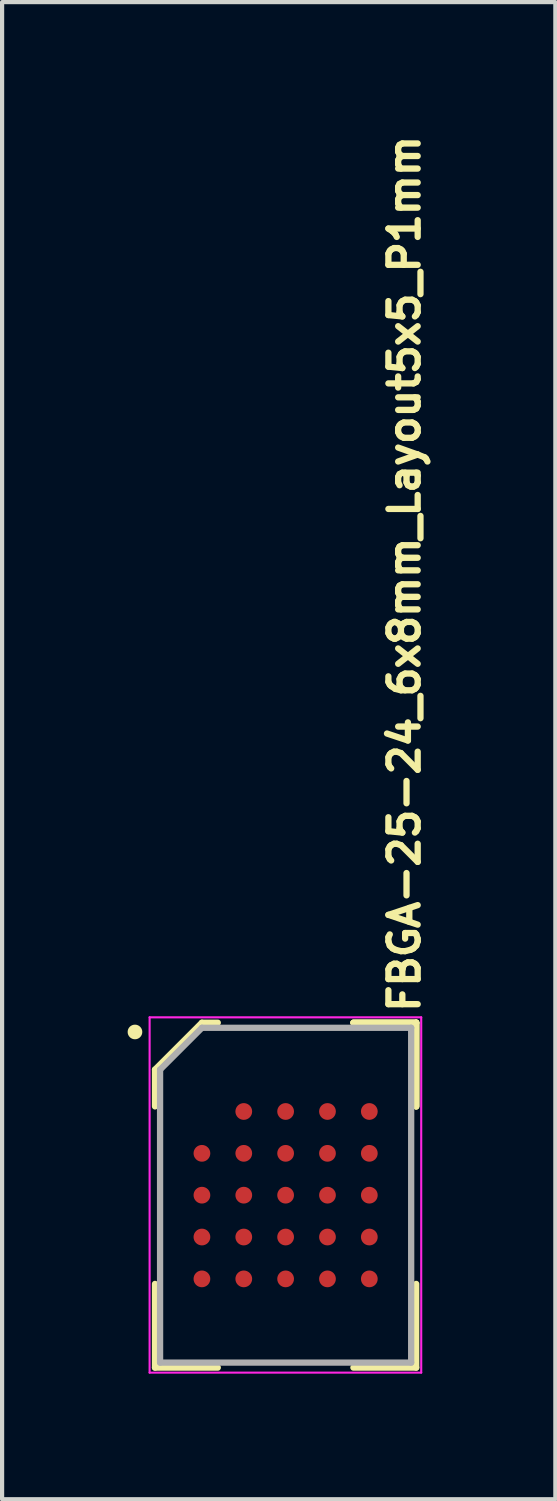
<source format=kicad_pcb>
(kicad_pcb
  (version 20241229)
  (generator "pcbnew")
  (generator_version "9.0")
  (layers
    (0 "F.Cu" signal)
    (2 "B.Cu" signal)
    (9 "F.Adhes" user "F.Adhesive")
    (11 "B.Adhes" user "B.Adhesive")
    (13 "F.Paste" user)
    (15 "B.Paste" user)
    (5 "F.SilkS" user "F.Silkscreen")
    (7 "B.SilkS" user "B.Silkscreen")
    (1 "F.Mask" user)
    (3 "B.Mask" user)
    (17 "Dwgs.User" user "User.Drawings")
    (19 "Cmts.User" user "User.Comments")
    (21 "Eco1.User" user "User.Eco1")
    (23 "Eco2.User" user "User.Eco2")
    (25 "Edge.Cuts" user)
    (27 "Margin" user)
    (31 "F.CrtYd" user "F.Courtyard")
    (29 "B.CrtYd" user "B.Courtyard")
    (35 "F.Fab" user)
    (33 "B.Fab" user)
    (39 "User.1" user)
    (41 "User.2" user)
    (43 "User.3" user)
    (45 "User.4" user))
  (footprint "FBGA-25-24_6x8mm_Layout5x5_P1mm"
    (layer "F.Cu")
    (at 3.775 25.509)
    (property "Reference" "FBGA-25-24_6x8mm_Layout5x5_P1mm" (at 3.249 -4.299 90) (layer "F.SilkS") (effects (font (size 0.7 0.7) (thickness 0.15)) (justify left bottom)))
    (attr smd)
    (fp_line (start -3.121 -3) (end -3.121 -2.121) (stroke (width 0.15) (type solid)) (layer "F.SilkS"))
    (fp_line (start -3.121 4.12) (end -3.121 2.12) (stroke (width 0.15) (type solid)) (layer "F.SilkS"))
    (fp_line (start -2 -4.121) (end -3.121 -3) (stroke (width 0.15) (type solid)) (layer "F.SilkS"))
    (fp_line (start -1.621 -4.121) (end -2 -4.121) (stroke (width 0.15) (type solid)) (layer "F.SilkS"))
    (fp_line (start -1.621 4.12) (end -3.121 4.12) (stroke (width 0.15) (type solid)) (layer "F.SilkS"))
    (fp_line (start 1.62 -4.121) (end 3.12 -4.121) (stroke (width 0.15) (type solid)) (layer "F.SilkS"))
    (fp_line (start 1.62 -4.121) (end 3.12 -4.121) (stroke (width 0.15) (type solid)) (layer "F.SilkS"))
    (fp_line (start 1.62 -4.121) (end 3.12 -4.121) (stroke (width 0.15) (type solid)) (layer "F.SilkS"))
    (fp_line (start 1.62 4.12) (end 3.12 4.12) (stroke (width 0.15) (type solid)) (layer "F.SilkS"))
    (fp_line (start 3.12 -4.121) (end 3.12 -2.121) (stroke (width 0.15) (type solid)) (layer "F.SilkS"))
    (fp_line (start 3.12 -4.121) (end 3.12 -2.121) (stroke (width 0.15) (type solid)) (layer "F.SilkS"))
    (fp_line (start 3.12 -4.121) (end 3.12 -2.121) (stroke (width 0.15) (type solid)) (layer "F.SilkS"))
    (fp_line (start 3.12 4.12) (end 3.12 2.12) (stroke (width 0.15) (type solid)) (layer "F.SilkS"))
    (fp_circle (center -3.6 -3.9) (end -3.5 -3.9) (stroke (width 0.15) (type solid)) (fill yes) (layer "F.SilkS"))
    (fp_line (start -3.25 -4.25) (end 3.24 -4.25) (stroke (width 0.05) (type solid)) (layer "F.CrtYd"))
    (fp_line (start -3.25 4.24) (end -3.25 -4.25) (stroke (width 0.05) (type solid)) (layer "F.CrtYd"))
    (fp_line (start 3.24 -4.25) (end 3.24 4.24) (stroke (width 0.05) (type solid)) (layer "F.CrtYd"))
    (fp_line (start 3.24 4.24) (end -3.25 4.24) (stroke (width 0.05) (type solid)) (layer "F.CrtYd"))
    (fp_line (start -3 -3) (end -3 4) (stroke (width 0.15) (type solid)) (layer "F.Fab"))
    (fp_line (start -3 4) (end 3 4) (stroke (width 0.15) (type solid)) (layer "F.Fab"))
    (fp_line (start -2 -4) (end -3 -3) (stroke (width 0.15) (type solid)) (layer "F.Fab"))
    (fp_line (start 3 -4) (end -2 -4) (stroke (width 0.15) (type solid)) (layer "F.Fab"))
    (fp_line (start 3 4) (end 3 -4) (stroke (width 0.15) (type solid)) (layer "F.Fab"))
    (fp_rect (start -3 -4) (end 3 4) (stroke (width 0.1) (type solid)) (fill no) (layer "User.5"))
    (fp_line (start -3 -4) (end -3 4) (stroke (width 0.02) (type solid)) (layer "User.9"))
    (fp_line (start -3 4) (end 3 4) (stroke (width 0.02) (type solid)) (layer "User.9"))
    (fp_line (start -2.099 -2.919) (end -2.099 -2.913) (stroke (width 0.02) (type solid)) (layer "User.9"))
    (fp_line (start -2.099 -2.913) (end -2.099 -2.906) (stroke (width 0.02) (type solid)) (layer "User.9"))
    (fp_line (start -2.099 -2.906) (end -2.099 -2.9) (stroke (width 0.02) (type solid)) (layer "User.9"))
    (fp_line (start -2.099 -2.9) (end -2.099 -2.886) (stroke (width 0.02) (type solid)) (layer "User.9"))
    (fp_line (start -2.099 -2.886) (end -2.098 -2.873) (stroke (width 0.02) (type solid)) (layer "User.9"))
    (fp_line (start -2.098 -2.926) (end -2.099 -2.919) (stroke (width 0.02) (type solid)) (layer "User.9"))
    (fp_line (start -2.098 -2.873) (end -2.096 -2.86) (stroke (width 0.02) (type solid)) (layer "User.9"))
    (fp_line (start -2.097 -2.933) (end -2.098 -2.926) (stroke (width 0.02) (type solid)) (layer "User.9"))
    (fp_line (start -2.096 -2.939) (end -2.097 -2.933) (stroke (width 0.02) (type solid)) (layer "User.9"))
    (fp_line (start -2.096 -2.86) (end -2.093 -2.847) (stroke (width 0.02) (type solid)) (layer "User.9"))
    (fp_line (start -2.095 -2.913) (end -2.095 -2.906) (stroke (width 0.02) (type solid)) (layer "User.9"))
    (fp_line (start -2.095 -2.906) (end -2.095 -2.9) (stroke (width 0.02) (type solid)) (layer "User.9"))
    (fp_line (start -2.095 -2.9) (end -2.095 -2.886) (stroke (width 0.02) (type solid)) (layer "User.9"))
    (fp_line (start -2.095 -2.886) (end -2.093 -2.874) (stroke (width 0.02) (type solid)) (layer "User.9"))
    (fp_line (start -2.094 -2.945) (end -2.096 -2.939) (stroke (width 0.02) (type solid)) (layer "User.9"))
    (fp_line (start -2.094 -2.919) (end -2.095 -2.913) (stroke (width 0.02) (type solid)) (layer "User.9"))
    (fp_line (start -2.093 -2.952) (end -2.094 -2.945) (stroke (width 0.02) (type solid)) (layer "User.9"))
    (fp_line (start -2.093 -2.925) (end -2.094 -2.919) (stroke (width 0.02) (type solid)) (layer "User.9"))
    (fp_line (start -2.093 -2.874) (end -2.091 -2.861) (stroke (width 0.02) (type solid)) (layer "User.9"))
    (fp_line (start -2.093 -2.847) (end -2.089 -2.835) (stroke (width 0.02) (type solid)) (layer "User.9"))
    (fp_line (start -2.092 -2.932) (end -2.093 -2.925) (stroke (width 0.02) (type solid)) (layer "User.9"))
    (fp_line (start -2.091 -2.958) (end -2.093 -2.952) (stroke (width 0.02) (type solid)) (layer "User.9"))
    (fp_line (start -2.091 -2.938) (end -2.092 -2.932) (stroke (width 0.02) (type solid)) (layer "User.9"))
    (fp_line (start -2.091 -2.861) (end -2.088 -2.848) (stroke (width 0.02) (type solid)) (layer "User.9"))
    (fp_line (start -2.09 -2.944) (end -2.091 -2.938) (stroke (width 0.02) (type solid)) (layer "User.9"))
    (fp_line (start -2.089 -2.964) (end -2.091 -2.958) (stroke (width 0.02) (type solid)) (layer "User.9"))
    (fp_line (start -2.089 -2.835) (end -2.084 -2.823) (stroke (width 0.02) (type solid)) (layer "User.9"))
    (fp_line (start -2.088 -2.951) (end -2.09 -2.944) (stroke (width 0.02) (type solid)) (layer "User.9"))
    (fp_line (start -2.088 -2.848) (end -2.085 -2.836) (stroke (width 0.02) (type solid)) (layer "User.9"))
    (fp_line (start -2.087 -2.97) (end -2.089 -2.964) (stroke (width 0.02) (type solid)) (layer "User.9"))
    (fp_line (start -2.087 -2.957) (end -2.088 -2.951) (stroke (width 0.02) (type solid)) (layer "User.9"))
    (fp_line (start -2.085 -2.963) (end -2.087 -2.957) (stroke (width 0.02) (type solid)) (layer "User.9"))
    (fp_line (start -2.085 -2.836) (end -2.08 -2.824) (stroke (width 0.02) (type solid)) (layer "User.9"))
    (fp_line (start -2.084 -2.976) (end -2.087 -2.97) (stroke (width 0.02) (type solid)) (layer "User.9"))
    (fp_line (start -2.084 -2.823) (end -2.079 -2.811) (stroke (width 0.02) (type solid)) (layer "User.9"))
    (fp_line (start -2.082 -2.982) (end -2.084 -2.976) (stroke (width 0.02) (type solid)) (layer "User.9"))
    (fp_line (start -2.082 -2.969) (end -2.085 -2.963) (stroke (width 0.02) (type solid)) (layer "User.9"))
    (fp_line (start -2.08 -2.975) (end -2.082 -2.969) (stroke (width 0.02) (type solid)) (layer "User.9"))
    (fp_line (start -2.08 -2.824) (end -2.075 -2.813) (stroke (width 0.02) (type solid)) (layer "User.9"))
    (fp_line (start -2.079 -2.988) (end -2.082 -2.982) (stroke (width 0.02) (type solid)) (layer "User.9"))
    (fp_line (start -2.079 -2.811) (end -2.073 -2.799) (stroke (width 0.02) (type solid)) (layer "User.9"))
    (fp_line (start -2.078 -2.98) (end -2.08 -2.975) (stroke (width 0.02) (type solid)) (layer "User.9"))
    (fp_line (start -2.076 -2.994) (end -2.079 -2.988) (stroke (width 0.02) (type solid)) (layer "User.9"))
    (fp_line (start -2.075 -2.986) (end -2.078 -2.98) (stroke (width 0.02) (type solid)) (layer "User.9"))
    (fp_line (start -2.075 -2.813) (end -2.069 -2.802) (stroke (width 0.02) (type solid)) (layer "User.9"))
    (fp_line (start -2.073 -3) (end -2.076 -2.994) (stroke (width 0.02) (type solid)) (layer "User.9"))
    (fp_line (start -2.073 -2.799) (end -2.066 -2.789) (stroke (width 0.02) (type solid)) (layer "User.9"))
    (fp_line (start -2.072 -2.992) (end -2.075 -2.986) (stroke (width 0.02) (type solid)) (layer "User.9"))
    (fp_line (start -2.069 -3.005) (end -2.073 -3) (stroke (width 0.02) (type solid)) (layer "User.9"))
    (fp_line (start -2.069 -2.997) (end -2.072 -2.992) (stroke (width 0.02) (type solid)) (layer "User.9"))
    (fp_line (start -2.069 -2.802) (end -2.062 -2.791) (stroke (width 0.02) (type solid)) (layer "User.9"))
    (fp_line (start -2.066 -3.01) (end -2.069 -3.005) (stroke (width 0.02) (type solid)) (layer "User.9"))
    (fp_line (start -2.066 -3.003) (end -2.069 -2.997) (stroke (width 0.02) (type solid)) (layer "User.9"))
    (fp_line (start -2.066 -2.789) (end -2.058 -2.778) (stroke (width 0.02) (type solid)) (layer "User.9"))
    (fp_line (start -2.062 -3.016) (end -2.066 -3.01) (stroke (width 0.02) (type solid)) (layer "User.9"))
    (fp_line (start -2.062 -3.008) (end -2.066 -3.003) (stroke (width 0.02) (type solid)) (layer "User.9"))
    (fp_line (start -2.062 -2.791) (end -2.055 -2.781) (stroke (width 0.02) (type solid)) (layer "User.9"))
    (fp_line (start -2.059 -3.013) (end -2.062 -3.008) (stroke (width 0.02) (type solid)) (layer "User.9"))
    (fp_line (start -2.058 -3.021) (end -2.062 -3.016) (stroke (width 0.02) (type solid)) (layer "User.9"))
    (fp_line (start -2.058 -2.778) (end -2.05 -2.768) (stroke (width 0.02) (type solid)) (layer "User.9"))
    (fp_line (start -2.055 -3.018) (end -2.059 -3.013) (stroke (width 0.02) (type solid)) (layer "User.9"))
    (fp_line (start -2.055 -2.781) (end -2.047 -2.771) (stroke (width 0.02) (type solid)) (layer "User.9"))
    (fp_line (start -2.054 -3.026) (end -2.058 -3.021) (stroke (width 0.02) (type solid)) (layer "User.9"))
    (fp_line (start -2.051 -3.023) (end -2.055 -3.018) (stroke (width 0.02) (type solid)) (layer "User.9"))
    (fp_line (start -2.05 -3.031) (end -2.054 -3.026) (stroke (width 0.02) (type solid)) (layer "User.9"))
    (fp_line (start -2.05 -2.768) (end -2.041 -2.758) (stroke (width 0.02) (type solid)) (layer "User.9"))
    (fp_line (start -2.047 -3.028) (end -2.051 -3.023) (stroke (width 0.02) (type solid)) (layer "User.9"))
    (fp_line (start -2.047 -2.771) (end -2.038 -2.761) (stroke (width 0.02) (type solid)) (layer "User.9"))
    (fp_line (start -2.046 -3.036) (end -2.05 -3.031) (stroke (width 0.02) (type solid)) (layer "User.9"))
    (fp_line (start -2.043 -3.033) (end -2.047 -3.028) (stroke (width 0.02) (type solid)) (layer "User.9"))
    (fp_line (start -2.041 -3.041) (end -2.046 -3.036) (stroke (width 0.02) (type solid)) (layer "User.9"))
    (fp_line (start -2.041 -2.758) (end -2.032 -2.749) (stroke (width 0.02) (type solid)) (layer "User.9"))
    (fp_line (start -2.038 -3.038) (end -2.043 -3.033) (stroke (width 0.02) (type solid)) (layer "User.9"))
    (fp_line (start -2.038 -2.761) (end -2.029 -2.753) (stroke (width 0.02) (type solid)) (layer "User.9"))
    (fp_line (start -2.037 -3.045) (end -2.041 -3.041) (stroke (width 0.02) (type solid)) (layer "User.9"))
    (fp_line (start -2.034 -3.042) (end -2.038 -3.038) (stroke (width 0.02) (type solid)) (layer "User.9"))
    (fp_line (start -2.032 -3.05) (end -2.037 -3.045) (stroke (width 0.02) (type solid)) (layer "User.9"))
    (fp_line (start -2.032 -2.749) (end -2.022 -2.741) (stroke (width 0.02) (type solid)) (layer "User.9"))
    (fp_line (start -2.029 -3.046) (end -2.034 -3.042) (stroke (width 0.02) (type solid)) (layer "User.9"))
    (fp_line (start -2.029 -2.753) (end -2.019 -2.745) (stroke (width 0.02) (type solid)) (layer "User.9"))
    (fp_line (start -2.027 -3.054) (end -2.032 -3.05) (stroke (width 0.02) (type solid)) (layer "User.9"))
    (fp_line (start -2.024 -3.05) (end -2.029 -3.046) (stroke (width 0.02) (type solid)) (layer "User.9"))
    (fp_line (start -2.022 -3.058) (end -2.027 -3.054) (stroke (width 0.02) (type solid)) (layer "User.9"))
    (fp_line (start -2.022 -2.741) (end -2.011 -2.733) (stroke (width 0.02) (type solid)) (layer "User.9"))
    (fp_line (start -2.019 -3.054) (end -2.024 -3.05) (stroke (width 0.02) (type solid)) (layer "User.9"))
    (fp_line (start -2.019 -2.745) (end -2.008 -2.737) (stroke (width 0.02) (type solid)) (layer "User.9"))
    (fp_line (start -2.016 -3.062) (end -2.022 -3.058) (stroke (width 0.02) (type solid)) (layer "User.9"))
    (fp_line (start -2.014 -3.058) (end -2.019 -3.054) (stroke (width 0.02) (type solid)) (layer "User.9"))
    (fp_line (start -2.011 -3.066) (end -2.016 -3.062) (stroke (width 0.02) (type solid)) (layer "User.9"))
    (fp_line (start -2.011 -2.733) (end -2 -2.726) (stroke (width 0.02) (type solid)) (layer "User.9"))
    (fp_line (start -2.008 -3.062) (end -2.014 -3.058) (stroke (width 0.02) (type solid)) (layer "User.9"))
    (fp_line (start -2.008 -2.737) (end -1.997 -2.73) (stroke (width 0.02) (type solid)) (layer "User.9"))
    (fp_line (start -2.005 -3.069) (end -2.011 -3.066) (stroke (width 0.02) (type solid)) (layer "User.9"))
    (fp_line (start -2.003 -3.066) (end -2.008 -3.062) (stroke (width 0.02) (type solid)) (layer "User.9"))
    (fp_line (start -2 -3.073) (end -2.005 -3.069) (stroke (width 0.02) (type solid)) (layer "User.9"))
    (fp_line (start -2 -3.073) (end -2 -3.073) (stroke (width 0.02) (type solid)) (layer "User.9"))
    (fp_line (start -2 -2.726) (end -2 -2.726) (stroke (width 0.02) (type solid)) (layer "User.9"))
    (fp_line (start -2 -2.726) (end -1.988 -2.72) (stroke (width 0.02) (type solid)) (layer "User.9"))
    (fp_line (start -1.997 -3.069) (end -2.003 -3.066) (stroke (width 0.02) (type solid)) (layer "User.9"))
    (fp_line (start -1.997 -3.069) (end -1.997 -3.069) (stroke (width 0.02) (type solid)) (layer "User.9"))
    (fp_line (start -1.997 -2.73) (end -1.997 -2.73) (stroke (width 0.02) (type solid)) (layer "User.9"))
    (fp_line (start -1.997 -2.73) (end -1.986 -2.724) (stroke (width 0.02) (type solid)) (layer "User.9"))
    (fp_line (start -1.988 -3.079) (end -2 -3.073) (stroke (width 0.02) (type solid)) (layer "User.9"))
    (fp_line (start -1.988 -2.72) (end -1.976 -2.715) (stroke (width 0.02) (type solid)) (layer "User.9"))
    (fp_line (start -1.986 -3.075) (end -1.997 -3.069) (stroke (width 0.02) (type solid)) (layer "User.9"))
    (fp_line (start -1.986 -2.724) (end -1.974 -2.719) (stroke (width 0.02) (type solid)) (layer "User.9"))
    (fp_line (start -1.976 -3.084) (end -1.988 -3.079) (stroke (width 0.02) (type solid)) (layer "User.9"))
    (fp_line (start -1.976 -2.715) (end -1.963 -2.71) (stroke (width 0.02) (type solid)) (layer "User.9"))
    (fp_line (start -1.974 -3.08) (end -1.986 -3.075) (stroke (width 0.02) (type solid)) (layer "User.9"))
    (fp_line (start -1.974 -2.719) (end -1.962 -2.714) (stroke (width 0.02) (type solid)) (layer "User.9"))
    (fp_line (start -1.963 -3.089) (end -1.976 -3.084) (stroke (width 0.02) (type solid)) (layer "User.9"))
    (fp_line (start -1.963 -2.71) (end -1.951 -2.706) (stroke (width 0.02) (type solid)) (layer "User.9"))
    (fp_line (start -1.962 -3.085) (end -1.974 -3.08) (stroke (width 0.02) (type solid)) (layer "User.9"))
    (fp_line (start -1.962 -2.714) (end -1.95 -2.71) (stroke (width 0.02) (type solid)) (layer "User.9"))
    (fp_line (start -1.951 -3.093) (end -1.963 -3.089) (stroke (width 0.02) (type solid)) (layer "User.9"))
    (fp_line (start -1.951 -2.706) (end -1.938 -2.703) (stroke (width 0.02) (type solid)) (layer "User.9"))
    (fp_line (start -1.95 -3.089) (end -1.962 -3.085) (stroke (width 0.02) (type solid)) (layer "User.9"))
    (fp_line (start -1.95 -2.71) (end -1.937 -2.708) (stroke (width 0.02) (type solid)) (layer "User.9"))
    (fp_line (start -1.938 -3.096) (end -1.951 -3.093) (stroke (width 0.02) (type solid)) (layer "User.9"))
    (fp_line (start -1.938 -2.703) (end -1.925 -2.701) (stroke (width 0.02) (type solid)) (layer "User.9"))
    (fp_line (start -1.937 -3.091) (end -1.95 -3.089) (stroke (width 0.02) (type solid)) (layer "User.9"))
    (fp_line (start -1.937 -2.708) (end -1.925 -2.706) (stroke (width 0.02) (type solid)) (layer "User.9"))
    (fp_line (start -1.925 -3.098) (end -1.938 -3.096) (stroke (width 0.02) (type solid)) (layer "User.9"))
    (fp_line (start -1.925 -3.093) (end -1.937 -3.091) (stroke (width 0.02) (type solid)) (layer "User.9"))
    (fp_line (start -1.925 -2.706) (end -1.912 -2.704) (stroke (width 0.02) (type solid)) (layer "User.9"))
    (fp_line (start -1.925 -2.701) (end -1.912 -2.7) (stroke (width 0.02) (type solid)) (layer "User.9"))
    (fp_line (start -1.912 -3.099) (end -1.925 -3.098) (stroke (width 0.02) (type solid)) (layer "User.9"))
    (fp_line (start -1.912 -3.095) (end -1.925 -3.093) (stroke (width 0.02) (type solid)) (layer "User.9"))
    (fp_line (start -1.912 -2.704) (end -1.9 -2.704) (stroke (width 0.02) (type solid)) (layer "User.9"))
    (fp_line (start -1.912 -2.7) (end -1.9 -2.699) (stroke (width 0.02) (type solid)) (layer "User.9"))
    (fp_line (start -1.9 -3.1) (end -1.912 -3.099) (stroke (width 0.02) (type solid)) (layer "User.9"))
    (fp_line (start -1.9 -3.095) (end -1.912 -3.095) (stroke (width 0.02) (type solid)) (layer "User.9"))
    (fp_line (start -1.9 -2.704) (end -1.887 -2.704) (stroke (width 0.02) (type solid)) (layer "User.9"))
    (fp_line (start -1.9 -2.699) (end -1.887 -2.7) (stroke (width 0.02) (type solid)) (layer "User.9"))
    (fp_line (start -1.887 -3.099) (end -1.9 -3.1) (stroke (width 0.02) (type solid)) (layer "User.9"))
    (fp_line (start -1.887 -3.095) (end -1.9 -3.095) (stroke (width 0.02) (type solid)) (layer "User.9"))
    (fp_line (start -1.887 -2.704) (end -1.874 -2.706) (stroke (width 0.02) (type solid)) (layer "User.9"))
    (fp_line (start -1.887 -2.7) (end -1.874 -2.701) (stroke (width 0.02) (type solid)) (layer "User.9"))
    (fp_line (start -1.874 -3.098) (end -1.887 -3.099) (stroke (width 0.02) (type solid)) (layer "User.9"))
    (fp_line (start -1.874 -3.093) (end -1.887 -3.095) (stroke (width 0.02) (type solid)) (layer "User.9"))
    (fp_line (start -1.874 -2.706) (end -1.862 -2.708) (stroke (width 0.02) (type solid)) (layer "User.9"))
    (fp_line (start -1.874 -2.701) (end -1.861 -2.703) (stroke (width 0.02) (type solid)) (layer "User.9"))
    (fp_line (start -1.862 -3.091) (end -1.874 -3.093) (stroke (width 0.02) (type solid)) (layer "User.9"))
    (fp_line (start -1.862 -2.708) (end -1.849 -2.71) (stroke (width 0.02) (type solid)) (layer "User.9"))
    (fp_line (start -1.861 -3.096) (end -1.874 -3.098) (stroke (width 0.02) (type solid)) (layer "User.9"))
    (fp_line (start -1.861 -2.703) (end -1.848 -2.706) (stroke (width 0.02) (type solid)) (layer "User.9"))
    (fp_line (start -1.849 -3.089) (end -1.862 -3.091) (stroke (width 0.02) (type solid)) (layer "User.9"))
    (fp_line (start -1.849 -2.71) (end -1.837 -2.714) (stroke (width 0.02) (type solid)) (layer "User.9"))
    (fp_line (start -1.848 -3.093) (end -1.861 -3.096) (stroke (width 0.02) (type solid)) (layer "User.9"))
    (fp_line (start -1.848 -2.706) (end -1.836 -2.71) (stroke (width 0.02) (type solid)) (layer "User.9"))
    (fp_line (start -1.837 -3.085) (end -1.849 -3.089) (stroke (width 0.02) (type solid)) (layer "User.9"))
    (fp_line (start -1.837 -2.714) (end -1.825 -2.719) (stroke (width 0.02) (type solid)) (layer "User.9"))
    (fp_line (start -1.836 -3.089) (end -1.848 -3.093) (stroke (width 0.02) (type solid)) (layer "User.9"))
    (fp_line (start -1.836 -2.71) (end -1.823 -2.715) (stroke (width 0.02) (type solid)) (layer "User.9"))
    (fp_line (start -1.825 -3.08) (end -1.837 -3.085) (stroke (width 0.02) (type solid)) (layer "User.9"))
    (fp_line (start -1.825 -2.719) (end -1.813 -2.724) (stroke (width 0.02) (type solid)) (layer "User.9"))
    (fp_line (start -1.823 -3.084) (end -1.836 -3.089) (stroke (width 0.02) (type solid)) (layer "User.9"))
    (fp_line (start -1.823 -2.715) (end -1.811 -2.72) (stroke (width 0.02) (type solid)) (layer "User.9"))
    (fp_line (start -1.813 -3.075) (end -1.825 -3.08) (stroke (width 0.02) (type solid)) (layer "User.9"))
    (fp_line (start -1.813 -2.724) (end -1.802 -2.73) (stroke (width 0.02) (type solid)) (layer "User.9"))
    (fp_line (start -1.811 -3.079) (end -1.823 -3.084) (stroke (width 0.02) (type solid)) (layer "User.9"))
    (fp_line (start -1.811 -2.72) (end -1.799 -2.726) (stroke (width 0.02) (type solid)) (layer "User.9"))
    (fp_line (start -1.802 -3.069) (end -1.813 -3.075) (stroke (width 0.02) (type solid)) (layer "User.9"))
    (fp_line (start -1.802 -3.069) (end -1.802 -3.069) (stroke (width 0.02) (type solid)) (layer "User.9"))
    (fp_line (start -1.802 -2.73) (end -1.802 -2.73) (stroke (width 0.02) (type solid)) (layer "User.9"))
    (fp_line (start -1.802 -2.73) (end -1.796 -2.733) (stroke (width 0.02) (type solid)) (layer "User.9"))
    (fp_line (start -1.799 -3.073) (end -1.811 -3.079) (stroke (width 0.02) (type solid)) (layer "User.9"))
    (fp_line (start -1.799 -3.073) (end -1.799 -3.073) (stroke (width 0.02) (type solid)) (layer "User.9"))
    (fp_line (start -1.799 -2.726) (end -1.799 -2.726) (stroke (width 0.02) (type solid)) (layer "User.9"))
    (fp_line (start -1.799 -2.726) (end -1.794 -2.73) (stroke (width 0.02) (type solid)) (layer "User.9"))
    (fp_line (start -1.796 -2.733) (end -1.791 -2.737) (stroke (width 0.02) (type solid)) (layer "User.9"))
    (fp_line (start -1.794 -2.73) (end -1.788 -2.733) (stroke (width 0.02) (type solid)) (layer "User.9"))
    (fp_line (start -1.791 -3.062) (end -1.802 -3.069) (stroke (width 0.02) (type solid)) (layer "User.9"))
    (fp_line (start -1.791 -2.737) (end -1.785 -2.741) (stroke (width 0.02) (type solid)) (layer "User.9"))
    (fp_line (start -1.788 -3.066) (end -1.799 -3.073) (stroke (width 0.02) (type solid)) (layer "User.9"))
    (fp_line (start -1.788 -2.733) (end -1.783 -2.737) (stroke (width 0.02) (type solid)) (layer "User.9"))
    (fp_line (start -1.785 -2.741) (end -1.78 -2.745) (stroke (width 0.02) (type solid)) (layer "User.9"))
    (fp_line (start -1.783 -2.737) (end -1.777 -2.741) (stroke (width 0.02) (type solid)) (layer "User.9"))
    (fp_line (start -1.78 -3.054) (end -1.791 -3.062) (stroke (width 0.02) (type solid)) (layer "User.9"))
    (fp_line (start -1.78 -2.745) (end -1.775 -2.749) (stroke (width 0.02) (type solid)) (layer "User.9"))
    (fp_line (start -1.777 -3.058) (end -1.788 -3.066) (stroke (width 0.02) (type solid)) (layer "User.9"))
    (fp_line (start -1.777 -2.741) (end -1.772 -2.745) (stroke (width 0.02) (type solid)) (layer "User.9"))
    (fp_line (start -1.775 -2.749) (end -1.77 -2.753) (stroke (width 0.02) (type solid)) (layer "User.9"))
    (fp_line (start -1.772 -2.745) (end -1.767 -2.749) (stroke (width 0.02) (type solid)) (layer "User.9"))
    (fp_line (start -1.77 -3.046) (end -1.78 -3.054) (stroke (width 0.02) (type solid)) (layer "User.9"))
    (fp_line (start -1.77 -2.753) (end -1.765 -2.757) (stroke (width 0.02) (type solid)) (layer "User.9"))
    (fp_line (start -1.767 -3.05) (end -1.777 -3.058) (stroke (width 0.02) (type solid)) (layer "User.9"))
    (fp_line (start -1.767 -2.749) (end -1.762 -2.754) (stroke (width 0.02) (type solid)) (layer "User.9"))
    (fp_line (start -1.765 -2.757) (end -1.761 -2.761) (stroke (width 0.02) (type solid)) (layer "User.9"))
    (fp_line (start -1.762 -2.754) (end -1.758 -2.758) (stroke (width 0.02) (type solid)) (layer "User.9"))
    (fp_line (start -1.761 -3.038) (end -1.77 -3.046) (stroke (width 0.02) (type solid)) (layer "User.9"))
    (fp_line (start -1.761 -2.761) (end -1.756 -2.766) (stroke (width 0.02) (type solid)) (layer "User.9"))
    (fp_line (start -1.758 -3.041) (end -1.767 -3.05) (stroke (width 0.02) (type solid)) (layer "User.9"))
    (fp_line (start -1.758 -2.758) (end -1.753 -2.763) (stroke (width 0.02) (type solid)) (layer "User.9"))
    (fp_line (start -1.756 -2.766) (end -1.752 -2.771) (stroke (width 0.02) (type solid)) (layer "User.9"))
    (fp_line (start -1.753 -2.763) (end -1.749 -2.768) (stroke (width 0.02) (type solid)) (layer "User.9"))
    (fp_line (start -1.752 -3.028) (end -1.761 -3.038) (stroke (width 0.02) (type solid)) (layer "User.9"))
    (fp_line (start -1.752 -2.771) (end -1.748 -2.776) (stroke (width 0.02) (type solid)) (layer "User.9"))
    (fp_line (start -1.749 -3.031) (end -1.758 -3.041) (stroke (width 0.02) (type solid)) (layer "User.9"))
    (fp_line (start -1.749 -2.768) (end -1.745 -2.773) (stroke (width 0.02) (type solid)) (layer "User.9"))
    (fp_line (start -1.748 -2.776) (end -1.744 -2.781) (stroke (width 0.02) (type solid)) (layer "User.9"))
    (fp_line (start -1.745 -2.773) (end -1.741 -2.778) (stroke (width 0.02) (type solid)) (layer "User.9"))
    (fp_line (start -1.744 -3.018) (end -1.752 -3.028) (stroke (width 0.02) (type solid)) (layer "User.9"))
    (fp_line (start -1.744 -2.781) (end -1.74 -2.786) (stroke (width 0.02) (type solid)) (layer "User.9"))
    (fp_line (start -1.741 -3.021) (end -1.749 -3.031) (stroke (width 0.02) (type solid)) (layer "User.9"))
    (fp_line (start -1.741 -2.778) (end -1.737 -2.783) (stroke (width 0.02) (type solid)) (layer "User.9"))
    (fp_line (start -1.74 -2.786) (end -1.737 -2.791) (stroke (width 0.02) (type solid)) (layer "User.9"))
    (fp_line (start -1.737 -3.008) (end -1.744 -3.018) (stroke (width 0.02) (type solid)) (layer "User.9"))
    (fp_line (start -1.737 -2.791) (end -1.733 -2.796) (stroke (width 0.02) (type solid)) (layer "User.9"))
    (fp_line (start -1.737 -2.783) (end -1.733 -2.789) (stroke (width 0.02) (type solid)) (layer "User.9"))
    (fp_line (start -1.733 -3.01) (end -1.741 -3.021) (stroke (width 0.02) (type solid)) (layer "User.9"))
    (fp_line (start -1.733 -2.796) (end -1.73 -2.802) (stroke (width 0.02) (type solid)) (layer "User.9"))
    (fp_line (start -1.733 -2.789) (end -1.73 -2.794) (stroke (width 0.02) (type solid)) (layer "User.9"))
    (fp_line (start -1.73 -2.997) (end -1.737 -3.008) (stroke (width 0.02) (type solid)) (layer "User.9"))
    (fp_line (start -1.73 -2.802) (end -1.727 -2.807) (stroke (width 0.02) (type solid)) (layer "User.9"))
    (fp_line (start -1.73 -2.794) (end -1.726 -2.799) (stroke (width 0.02) (type solid)) (layer "User.9"))
    (fp_line (start -1.727 -2.807) (end -1.724 -2.813) (stroke (width 0.02) (type solid)) (layer "User.9"))
    (fp_line (start -1.726 -3) (end -1.733 -3.01) (stroke (width 0.02) (type solid)) (layer "User.9"))
    (fp_line (start -1.726 -2.799) (end -1.723 -2.805) (stroke (width 0.02) (type solid)) (layer "User.9"))
    (fp_line (start -1.724 -2.986) (end -1.73 -2.997) (stroke (width 0.02) (type solid)) (layer "User.9"))
    (fp_line (start -1.724 -2.813) (end -1.721 -2.819) (stroke (width 0.02) (type solid)) (layer "User.9"))
    (fp_line (start -1.723 -2.805) (end -1.72 -2.811) (stroke (width 0.02) (type solid)) (layer "User.9"))
    (fp_line (start -1.721 -2.819) (end -1.719 -2.824) (stroke (width 0.02) (type solid)) (layer "User.9"))
    (fp_line (start -1.72 -2.988) (end -1.726 -3) (stroke (width 0.02) (type solid)) (layer "User.9"))
    (fp_line (start -1.72 -2.811) (end -1.717 -2.817) (stroke (width 0.02) (type solid)) (layer "User.9"))
    (fp_line (start -1.719 -2.975) (end -1.724 -2.986) (stroke (width 0.02) (type solid)) (layer "User.9"))
    (fp_line (start -1.719 -2.824) (end -1.717 -2.83) (stroke (width 0.02) (type solid)) (layer "User.9"))
    (fp_line (start -1.717 -2.83) (end -1.714 -2.836) (stroke (width 0.02) (type solid)) (layer "User.9"))
    (fp_line (start -1.717 -2.817) (end -1.715 -2.823) (stroke (width 0.02) (type solid)) (layer "User.9"))
    (fp_line (start -1.715 -2.976) (end -1.72 -2.988) (stroke (width 0.02) (type solid)) (layer "User.9"))
    (fp_line (start -1.715 -2.823) (end -1.712 -2.829) (stroke (width 0.02) (type solid)) (layer "User.9"))
    (fp_line (start -1.714 -2.963) (end -1.719 -2.975) (stroke (width 0.02) (type solid)) (layer "User.9"))
    (fp_line (start -1.714 -2.836) (end -1.712 -2.842) (stroke (width 0.02) (type solid)) (layer "User.9"))
    (fp_line (start -1.712 -2.842) (end -1.711 -2.848) (stroke (width 0.02) (type solid)) (layer "User.9"))
    (fp_line (start -1.712 -2.829) (end -1.71 -2.835) (stroke (width 0.02) (type solid)) (layer "User.9"))
    (fp_line (start -1.711 -2.951) (end -1.714 -2.963) (stroke (width 0.02) (type solid)) (layer "User.9"))
    (fp_line (start -1.711 -2.848) (end -1.709 -2.855) (stroke (width 0.02) (type solid)) (layer "User.9"))
    (fp_line (start -1.71 -2.964) (end -1.715 -2.976) (stroke (width 0.02) (type solid)) (layer "User.9"))
    (fp_line (start -1.71 -2.835) (end -1.708 -2.841) (stroke (width 0.02) (type solid)) (layer "User.9"))
    (fp_line (start -1.709 -2.855) (end -1.708 -2.861) (stroke (width 0.02) (type solid)) (layer "User.9"))
    (fp_line (start -1.708 -2.938) (end -1.711 -2.951) (stroke (width 0.02) (type solid)) (layer "User.9"))
    (fp_line (start -1.708 -2.861) (end -1.707 -2.867) (stroke (width 0.02) (type solid)) (layer "User.9"))
    (fp_line (start -1.708 -2.841) (end -1.706 -2.847) (stroke (width 0.02) (type solid)) (layer "User.9"))
    (fp_line (start -1.707 -2.867) (end -1.706 -2.874) (stroke (width 0.02) (type solid)) (layer "User.9"))
    (fp_line (start -1.706 -2.952) (end -1.71 -2.964) (stroke (width 0.02) (type solid)) (layer "User.9"))
    (fp_line (start -1.706 -2.925) (end -1.708 -2.938) (stroke (width 0.02) (type solid)) (layer "User.9"))
    (fp_line (start -1.706 -2.874) (end -1.705 -2.88) (stroke (width 0.02) (type solid)) (layer "User.9"))
    (fp_line (start -1.706 -2.847) (end -1.705 -2.854) (stroke (width 0.02) (type solid)) (layer "User.9"))
    (fp_line (start -1.705 -2.88) (end -1.704 -2.886) (stroke (width 0.02) (type solid)) (layer "User.9"))
    (fp_line (start -1.705 -2.854) (end -1.703 -2.86) (stroke (width 0.02) (type solid)) (layer "User.9"))
    (fp_line (start -1.704 -2.913) (end -1.706 -2.925) (stroke (width 0.02) (type solid)) (layer "User.9"))
    (fp_line (start -1.704 -2.9) (end -1.704 -2.913) (stroke (width 0.02) (type solid)) (layer "User.9"))
    (fp_line (start -1.704 -2.893) (end -1.704 -2.9) (stroke (width 0.02) (type solid)) (layer "User.9"))
    (fp_line (start -1.704 -2.886) (end -1.704 -2.893) (stroke (width 0.02) (type solid)) (layer "User.9"))
    (fp_line (start -1.703 -2.939) (end -1.706 -2.952) (stroke (width 0.02) (type solid)) (layer "User.9"))
    (fp_line (start -1.703 -2.86) (end -1.702 -2.866) (stroke (width 0.02) (type solid)) (layer "User.9"))
    (fp_line (start -1.702 -2.866) (end -1.701 -2.873) (stroke (width 0.02) (type solid)) (layer "User.9"))
    (fp_line (start -1.701 -2.926) (end -1.703 -2.939) (stroke (width 0.02) (type solid)) (layer "User.9"))
    (fp_line (start -1.701 -2.873) (end -1.7 -2.88) (stroke (width 0.02) (type solid)) (layer "User.9"))
    (fp_line (start -1.7 -2.913) (end -1.701 -2.926) (stroke (width 0.02) (type solid)) (layer "User.9"))
    (fp_line (start -1.7 -2.893) (end -1.699 -2.9) (stroke (width 0.02) (type solid)) (layer "User.9"))
    (fp_line (start -1.7 -2.886) (end -1.7 -2.893) (stroke (width 0.02) (type solid)) (layer "User.9"))
    (fp_line (start -1.7 -2.88) (end -1.7 -2.886) (stroke (width 0.02) (type solid)) (layer "User.9"))
    (fp_line (start -1.699 -2.9) (end -1.7 -2.913) (stroke (width 0.02) (type solid)) (layer "User.9"))
    (fp_line (start 3 -4) (end -3 -4) (stroke (width 0.02) (type solid)) (layer "User.9"))
    (fp_line (start 3 4) (end 3 -4) (stroke (width 0.02) (type solid)) (layer "User.9"))
    (pad "A2" smd circle (at -1 -2) (size 0.4 0.4) (layers "F.Cu" "F.Mask" "F.Paste"))
    (pad "A3" smd circle (at 0 -2) (size 0.4 0.4) (layers "F.Cu" "F.Mask" "F.Paste"))
    (pad "A4" smd circle (at 1 -2) (size 0.4 0.4) (layers "F.Cu" "F.Mask" "F.Paste"))
    (pad "A5" smd circle (at 2 -2) (size 0.4 0.4) (layers "F.Cu" "F.Mask" "F.Paste"))
    (pad "B1" smd circle (at -2 -1) (size 0.4 0.4) (layers "F.Cu" "F.Mask" "F.Paste"))
    (pad "B2" smd circle (at -1 -1) (size 0.4 0.4) (layers "F.Cu" "F.Mask" "F.Paste"))
    (pad "B3" smd circle (at 0 -1) (size 0.4 0.4) (layers "F.Cu" "F.Mask" "F.Paste"))
    (pad "B4" smd circle (at 1 -1) (size 0.4 0.4) (layers "F.Cu" "F.Mask" "F.Paste"))
    (pad "B5" smd circle (at 2 -1) (size 0.4 0.4) (layers "F.Cu" "F.Mask" "F.Paste"))
    (pad "C1" smd circle (at -2 0) (size 0.4 0.4) (layers "F.Cu" "F.Mask" "F.Paste"))
    (pad "C2" smd circle (at -1 0) (size 0.4 0.4) (layers "F.Cu" "F.Mask" "F.Paste"))
    (pad "C3" smd circle (at 0 0) (size 0.4 0.4) (layers "F.Cu" "F.Mask" "F.Paste"))
    (pad "C4" smd circle (at 1 0) (size 0.4 0.4) (layers "F.Cu" "F.Mask" "F.Paste"))
    (pad "C5" smd circle (at 2 0) (size 0.4 0.4) (layers "F.Cu" "F.Mask" "F.Paste"))
    (pad "D1" smd circle (at -2 1) (size 0.4 0.4) (layers "F.Cu" "F.Mask" "F.Paste"))
    (pad "D2" smd circle (at -1 1) (size 0.4 0.4) (layers "F.Cu" "F.Mask" "F.Paste"))
    (pad "D3" smd circle (at 0 1) (size 0.4 0.4) (layers "F.Cu" "F.Mask" "F.Paste"))
    (pad "D4" smd circle (at 1 1) (size 0.4 0.4) (layers "F.Cu" "F.Mask" "F.Paste"))
    (pad "D5" smd circle (at 2 1) (size 0.4 0.4) (layers "F.Cu" "F.Mask" "F.Paste"))
    (pad "E1" smd circle (at -2 2) (size 0.4 0.4) (layers "F.Cu" "F.Mask" "F.Paste"))
    (pad "E2" smd circle (at -1 2) (size 0.4 0.4) (layers "F.Cu" "F.Mask" "F.Paste"))
    (pad "E3" smd circle (at 0 2) (size 0.4 0.4) (layers "F.Cu" "F.Mask" "F.Paste"))
    (pad "E4" smd circle (at 1 2) (size 0.4 0.4) (layers "F.Cu" "F.Mask" "F.Paste"))
    (pad "E5" smd circle (at 2 2) (size 0.4 0.4) (layers "F.Cu" "F.Mask" "F.Paste")))
  (gr_rect
    (start -3 -3)
    (end 10.22 32.775)
    (stroke (width 0.1) (type default))
    (fill no)
    (layer "Edge.Cuts")))
</source>
